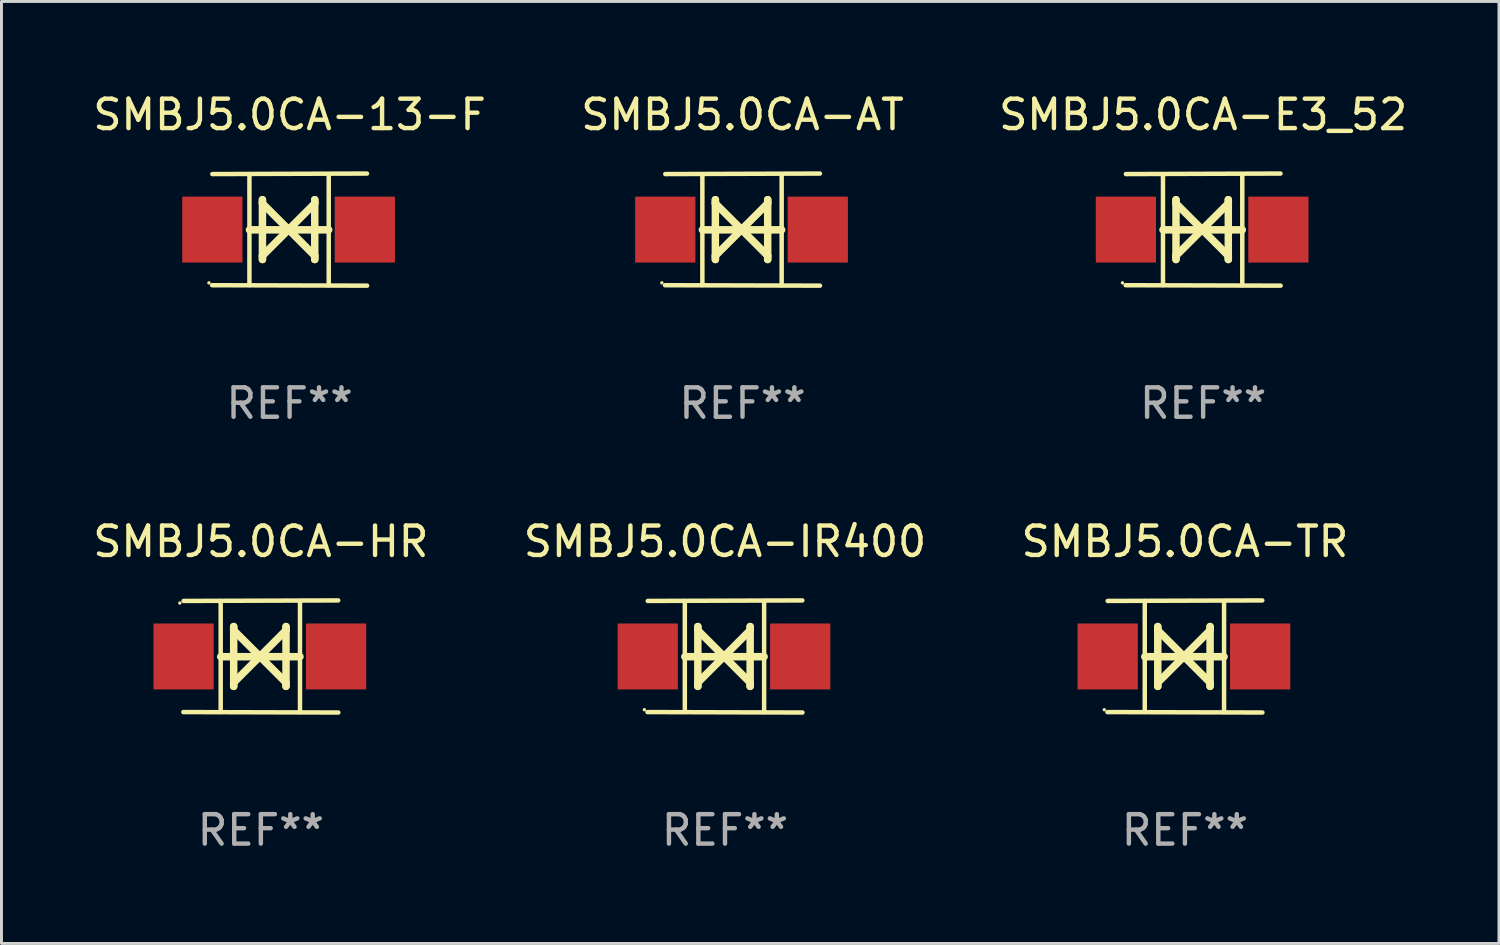
<source format=kicad_pcb>
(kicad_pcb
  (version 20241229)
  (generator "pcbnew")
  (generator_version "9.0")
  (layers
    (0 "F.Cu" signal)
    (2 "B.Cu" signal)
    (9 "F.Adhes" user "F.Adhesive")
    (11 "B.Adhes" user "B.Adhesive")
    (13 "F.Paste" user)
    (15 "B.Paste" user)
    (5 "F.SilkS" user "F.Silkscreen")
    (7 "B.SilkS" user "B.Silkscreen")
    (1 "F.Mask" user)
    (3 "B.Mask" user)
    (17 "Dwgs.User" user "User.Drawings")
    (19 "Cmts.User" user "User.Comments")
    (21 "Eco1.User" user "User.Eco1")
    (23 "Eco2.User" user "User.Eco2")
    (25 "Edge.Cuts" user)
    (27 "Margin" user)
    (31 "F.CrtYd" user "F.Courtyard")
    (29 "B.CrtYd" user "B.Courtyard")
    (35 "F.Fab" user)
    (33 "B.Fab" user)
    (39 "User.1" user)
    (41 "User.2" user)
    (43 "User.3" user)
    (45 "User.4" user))
  (footprint "SMBJ5.0CA-13-F"
    (layer "F.Cu")
    (at 6.792 4.753)
    (property "Reference" "SMBJ5.0CA-13-F" (at 0 -3.905 0) (layer "F.SilkS") (effects (font (size 1 1) (thickness 0.15))))
    (attr through_hole)
    (fp_line (start -1.365 1.886) (end -1.365 -1.886) (stroke (width 0.152) (type solid)) (layer "F.SilkS"))
    (fp_line (start -1.365 0.008) (end 1.33 0.008) (stroke (width 0.254) (type solid)) (layer "F.SilkS"))
    (fp_line (start -0.923 -1.016) (end -0.923 1.016) (stroke (width 0.254) (type solid)) (layer "F.SilkS"))
    (fp_line (start -0.923 -0.889) (end -0.923 -1.016) (stroke (width 0.254) (type solid)) (layer "F.SilkS"))
    (fp_line (start -0.923 0.889) (end -0.034 0) (stroke (width 0.254) (type solid)) (layer "F.SilkS"))
    (fp_line (start -0.923 1.016) (end -0.923 0.889) (stroke (width 0.254) (type solid)) (layer "F.SilkS"))
    (fp_line (start -0.034 0) (end -0.923 -0.889) (stroke (width 0.254) (type solid)) (layer "F.SilkS"))
    (fp_line (start -0.034 0) (end 0.855 0.889) (stroke (width 0.254) (type solid)) (layer "F.SilkS"))
    (fp_line (start 0.855 -1.016) (end 0.855 -0.889) (stroke (width 0.254) (type solid)) (layer "F.SilkS"))
    (fp_line (start 0.855 -0.889) (end -0.034 0) (stroke (width 0.254) (type solid)) (layer "F.SilkS"))
    (fp_line (start 0.855 0.889) (end 0.855 1.016) (stroke (width 0.254) (type solid)) (layer "F.SilkS"))
    (fp_line (start 0.855 1.016) (end 0.855 -1.016) (stroke (width 0.254) (type solid)) (layer "F.SilkS"))
    (fp_line (start 1.33 1.886) (end 1.33 -1.886) (stroke (width 0.152) (type solid)) (layer "F.SilkS"))
    (fp_line (start 2.629 -1.905) (end -2.625 -1.887) (stroke (width 0.152) (type solid)) (layer "F.SilkS"))
    (fp_line (start 2.633 1.905) (end -2.633 1.89) (stroke (width 0.152) (type solid)) (layer "F.SilkS"))
    (fp_circle (center -2.741 1.81) (end -2.711 1.81) (stroke (width 0.06) (type solid)) (fill no) (layer "F.SilkS"))
    (fp_text user "REF**" (at 0 5.905 0) (layer "F.Fab") (effects (font (size 1 1) (thickness 0.15))))
    (pad "1" smd rect (at -2.625 0) (size 2.047 2.241) (layers "F.Cu" "F.Mask" "F.Paste"))
    (pad "2" smd rect (at 2.557 0) (size 2.047 2.241) (layers "F.Cu" "F.Mask" "F.Paste")))
  (footprint "SMBJ5.0CA-HR"
    (layer "F.Cu")
    (at 5.815 19.26)
    (property "Reference" "SMBJ5.0CA-HR" (at 0 -3.905 0) (layer "F.SilkS") (effects (font (size 1 1) (thickness 0.15))))
    (attr through_hole)
    (fp_line (start -1.365 1.886) (end -1.365 -1.886) (stroke (width 0.152) (type solid)) (layer "F.SilkS"))
    (fp_line (start -1.365 0.008) (end 1.33 0.008) (stroke (width 0.254) (type solid)) (layer "F.SilkS"))
    (fp_line (start -0.923 -1.016) (end -0.923 1.016) (stroke (width 0.254) (type solid)) (layer "F.SilkS"))
    (fp_line (start -0.923 -0.889) (end -0.923 -1.016) (stroke (width 0.254) (type solid)) (layer "F.SilkS"))
    (fp_line (start -0.923 0.889) (end -0.034 0) (stroke (width 0.254) (type solid)) (layer "F.SilkS"))
    (fp_line (start -0.923 1.016) (end -0.923 0.889) (stroke (width 0.254) (type solid)) (layer "F.SilkS"))
    (fp_line (start -0.034 0) (end -0.923 -0.889) (stroke (width 0.254) (type solid)) (layer "F.SilkS"))
    (fp_line (start -0.034 0) (end 0.855 0.889) (stroke (width 0.254) (type solid)) (layer "F.SilkS"))
    (fp_line (start 0.855 -1.016) (end 0.855 -0.889) (stroke (width 0.254) (type solid)) (layer "F.SilkS"))
    (fp_line (start 0.855 -0.889) (end -0.034 0) (stroke (width 0.254) (type solid)) (layer "F.SilkS"))
    (fp_line (start 0.855 0.889) (end 0.855 1.016) (stroke (width 0.254) (type solid)) (layer "F.SilkS"))
    (fp_line (start 0.855 1.016) (end 0.855 -1.016) (stroke (width 0.254) (type solid)) (layer "F.SilkS"))
    (fp_line (start 1.33 1.886) (end 1.33 -1.886) (stroke (width 0.152) (type solid)) (layer "F.SilkS"))
    (fp_line (start 2.629 -1.905) (end -2.625 -1.887) (stroke (width 0.152) (type solid)) (layer "F.SilkS"))
    (fp_line (start 2.633 1.905) (end -2.633 1.89) (stroke (width 0.152) (type solid)) (layer "F.SilkS"))
    (fp_circle (center -2.753 -1.816) (end -2.723 -1.816) (stroke (width 0.06) (type solid)) (fill no) (layer "F.SilkS"))
    (fp_text user "REF**" (at 0 5.905 0) (layer "F.Fab") (effects (font (size 1 1) (thickness 0.15))))
    (pad "1" smd rect (at -2.625 0) (size 2.047 2.241) (layers "F.Cu" "F.Mask" "F.Paste"))
    (pad "2" smd rect (at 2.557 0) (size 2.047 2.241) (layers "F.Cu" "F.Mask" "F.Paste")))
  (footprint "SMBJ5.0CA-AT"
    (layer "F.Cu")
    (at 22.185 4.753)
    (property "Reference" "SMBJ5.0CA-AT" (at 0 -3.905 0) (layer "F.SilkS") (effects (font (size 1 1) (thickness 0.15))))
    (attr through_hole)
    (fp_line (start -1.365 1.886) (end -1.365 -1.886) (stroke (width 0.152) (type solid)) (layer "F.SilkS"))
    (fp_line (start -1.365 0.008) (end 1.33 0.008) (stroke (width 0.254) (type solid)) (layer "F.SilkS"))
    (fp_line (start -0.923 -1.016) (end -0.923 1.016) (stroke (width 0.254) (type solid)) (layer "F.SilkS"))
    (fp_line (start -0.923 -0.889) (end -0.923 -1.016) (stroke (width 0.254) (type solid)) (layer "F.SilkS"))
    (fp_line (start -0.923 0.889) (end -0.034 0) (stroke (width 0.254) (type solid)) (layer "F.SilkS"))
    (fp_line (start -0.923 1.016) (end -0.923 0.889) (stroke (width 0.254) (type solid)) (layer "F.SilkS"))
    (fp_line (start -0.034 0) (end -0.923 -0.889) (stroke (width 0.254) (type solid)) (layer "F.SilkS"))
    (fp_line (start -0.034 0) (end 0.855 0.889) (stroke (width 0.254) (type solid)) (layer "F.SilkS"))
    (fp_line (start 0.855 -1.016) (end 0.855 -0.889) (stroke (width 0.254) (type solid)) (layer "F.SilkS"))
    (fp_line (start 0.855 -0.889) (end -0.034 0) (stroke (width 0.254) (type solid)) (layer "F.SilkS"))
    (fp_line (start 0.855 0.889) (end 0.855 1.016) (stroke (width 0.254) (type solid)) (layer "F.SilkS"))
    (fp_line (start 0.855 1.016) (end 0.855 -1.016) (stroke (width 0.254) (type solid)) (layer "F.SilkS"))
    (fp_line (start 1.33 1.886) (end 1.33 -1.886) (stroke (width 0.152) (type solid)) (layer "F.SilkS"))
    (fp_line (start 2.629 -1.905) (end -2.625 -1.887) (stroke (width 0.152) (type solid)) (layer "F.SilkS"))
    (fp_line (start 2.633 1.905) (end -2.633 1.89) (stroke (width 0.152) (type solid)) (layer "F.SilkS"))
    (fp_circle (center -2.741 1.81) (end -2.711 1.81) (stroke (width 0.06) (type solid)) (fill no) (layer "F.SilkS"))
    (fp_text user "REF**" (at 0 5.905 0) (layer "F.Fab") (effects (font (size 1 1) (thickness 0.15))))
    (pad "1" smd rect (at -2.625 0) (size 2.047 2.241) (layers "F.Cu" "F.Mask" "F.Paste"))
    (pad "2" smd rect (at 2.557 0) (size 2.047 2.241) (layers "F.Cu" "F.Mask" "F.Paste")))
  (footprint "SMBJ5.0CA-TR"
    (layer "F.Cu")
    (at 37.22 19.26)
    (property "Reference" "SMBJ5.0CA-TR" (at 0 -3.905 0) (layer "F.SilkS") (effects (font (size 1 1) (thickness 0.15))))
    (attr through_hole)
    (fp_line (start -1.365 1.886) (end -1.365 -1.886) (stroke (width 0.152) (type solid)) (layer "F.SilkS"))
    (fp_line (start -1.365 0.008) (end 1.33 0.008) (stroke (width 0.254) (type solid)) (layer "F.SilkS"))
    (fp_line (start -0.923 -1.016) (end -0.923 1.016) (stroke (width 0.254) (type solid)) (layer "F.SilkS"))
    (fp_line (start -0.923 -0.889) (end -0.923 -1.016) (stroke (width 0.254) (type solid)) (layer "F.SilkS"))
    (fp_line (start -0.923 0.889) (end -0.034 0) (stroke (width 0.254) (type solid)) (layer "F.SilkS"))
    (fp_line (start -0.923 1.016) (end -0.923 0.889) (stroke (width 0.254) (type solid)) (layer "F.SilkS"))
    (fp_line (start -0.034 0) (end -0.923 -0.889) (stroke (width 0.254) (type solid)) (layer "F.SilkS"))
    (fp_line (start -0.034 0) (end 0.855 0.889) (stroke (width 0.254) (type solid)) (layer "F.SilkS"))
    (fp_line (start 0.855 -1.016) (end 0.855 -0.889) (stroke (width 0.254) (type solid)) (layer "F.SilkS"))
    (fp_line (start 0.855 -0.889) (end -0.034 0) (stroke (width 0.254) (type solid)) (layer "F.SilkS"))
    (fp_line (start 0.855 0.889) (end 0.855 1.016) (stroke (width 0.254) (type solid)) (layer "F.SilkS"))
    (fp_line (start 0.855 1.016) (end 0.855 -1.016) (stroke (width 0.254) (type solid)) (layer "F.SilkS"))
    (fp_line (start 1.33 1.886) (end 1.33 -1.886) (stroke (width 0.152) (type solid)) (layer "F.SilkS"))
    (fp_line (start 2.629 -1.905) (end -2.625 -1.887) (stroke (width 0.152) (type solid)) (layer "F.SilkS"))
    (fp_line (start 2.633 1.905) (end -2.633 1.89) (stroke (width 0.152) (type solid)) (layer "F.SilkS"))
    (fp_circle (center -2.741 1.81) (end -2.711 1.81) (stroke (width 0.06) (type solid)) (fill no) (layer "F.SilkS"))
    (fp_text user "REF**" (at 0 5.905 0) (layer "F.Fab") (effects (font (size 1 1) (thickness 0.15))))
    (pad "1" smd rect (at -2.625 0) (size 2.047 2.241) (layers "F.Cu" "F.Mask" "F.Paste"))
    (pad "2" smd rect (at 2.557 0) (size 2.047 2.241) (layers "F.Cu" "F.Mask" "F.Paste")))
  (footprint "SMBJ5.0CA-IR400"
    (layer "F.Cu")
    (at 21.589 19.26)
    (property "Reference" "SMBJ5.0CA-IR400" (at 0 -3.905 0) (layer "F.SilkS") (effects (font (size 1 1) (thickness 0.15))))
    (attr through_hole)
    (fp_line (start -1.365 1.886) (end -1.365 -1.886) (stroke (width 0.152) (type solid)) (layer "F.SilkS"))
    (fp_line (start -1.365 0.008) (end 1.33 0.008) (stroke (width 0.254) (type solid)) (layer "F.SilkS"))
    (fp_line (start -0.923 -1.016) (end -0.923 1.016) (stroke (width 0.254) (type solid)) (layer "F.SilkS"))
    (fp_line (start -0.923 -0.889) (end -0.923 -1.016) (stroke (width 0.254) (type solid)) (layer "F.SilkS"))
    (fp_line (start -0.923 0.889) (end -0.034 0) (stroke (width 0.254) (type solid)) (layer "F.SilkS"))
    (fp_line (start -0.923 1.016) (end -0.923 0.889) (stroke (width 0.254) (type solid)) (layer "F.SilkS"))
    (fp_line (start -0.034 0) (end -0.923 -0.889) (stroke (width 0.254) (type solid)) (layer "F.SilkS"))
    (fp_line (start -0.034 0) (end 0.855 0.889) (stroke (width 0.254) (type solid)) (layer "F.SilkS"))
    (fp_line (start 0.855 -1.016) (end 0.855 -0.889) (stroke (width 0.254) (type solid)) (layer "F.SilkS"))
    (fp_line (start 0.855 -0.889) (end -0.034 0) (stroke (width 0.254) (type solid)) (layer "F.SilkS"))
    (fp_line (start 0.855 0.889) (end 0.855 1.016) (stroke (width 0.254) (type solid)) (layer "F.SilkS"))
    (fp_line (start 0.855 1.016) (end 0.855 -1.016) (stroke (width 0.254) (type solid)) (layer "F.SilkS"))
    (fp_line (start 1.33 1.886) (end 1.33 -1.886) (stroke (width 0.152) (type solid)) (layer "F.SilkS"))
    (fp_line (start 2.629 -1.905) (end -2.625 -1.887) (stroke (width 0.152) (type solid)) (layer "F.SilkS"))
    (fp_line (start 2.633 1.905) (end -2.633 1.89) (stroke (width 0.152) (type solid)) (layer "F.SilkS"))
    (fp_circle (center -2.741 1.81) (end -2.711 1.81) (stroke (width 0.06) (type solid)) (fill no) (layer "F.SilkS"))
    (fp_text user "REF**" (at 0 5.905 0) (layer "F.Fab") (effects (font (size 1 1) (thickness 0.15))))
    (pad "1" smd rect (at -2.625 0) (size 2.047 2.241) (layers "F.Cu" "F.Mask" "F.Paste"))
    (pad "2" smd rect (at 2.557 0) (size 2.047 2.241) (layers "F.Cu" "F.Mask" "F.Paste")))
  (footprint "SMBJ5.0CA-E3_52"
    (layer "F.Cu")
    (at 37.839 4.753)
    (property "Reference" "SMBJ5.0CA-E3_52" (at 0 -3.905 0) (layer "F.SilkS") (effects (font (size 1 1) (thickness 0.15))))
    (attr through_hole)
    (fp_line (start -1.365 1.886) (end -1.365 -1.886) (stroke (width 0.152) (type solid)) (layer "F.SilkS"))
    (fp_line (start -1.365 0.008) (end 1.33 0.008) (stroke (width 0.254) (type solid)) (layer "F.SilkS"))
    (fp_line (start -0.923 -1.016) (end -0.923 1.016) (stroke (width 0.254) (type solid)) (layer "F.SilkS"))
    (fp_line (start -0.923 -0.889) (end -0.923 -1.016) (stroke (width 0.254) (type solid)) (layer "F.SilkS"))
    (fp_line (start -0.923 0.889) (end -0.034 0) (stroke (width 0.254) (type solid)) (layer "F.SilkS"))
    (fp_line (start -0.923 1.016) (end -0.923 0.889) (stroke (width 0.254) (type solid)) (layer "F.SilkS"))
    (fp_line (start -0.034 0) (end -0.923 -0.889) (stroke (width 0.254) (type solid)) (layer "F.SilkS"))
    (fp_line (start -0.034 0) (end 0.855 0.889) (stroke (width 0.254) (type solid)) (layer "F.SilkS"))
    (fp_line (start 0.855 -1.016) (end 0.855 -0.889) (stroke (width 0.254) (type solid)) (layer "F.SilkS"))
    (fp_line (start 0.855 -0.889) (end -0.034 0) (stroke (width 0.254) (type solid)) (layer "F.SilkS"))
    (fp_line (start 0.855 0.889) (end 0.855 1.016) (stroke (width 0.254) (type solid)) (layer "F.SilkS"))
    (fp_line (start 0.855 1.016) (end 0.855 -1.016) (stroke (width 0.254) (type solid)) (layer "F.SilkS"))
    (fp_line (start 1.33 1.886) (end 1.33 -1.886) (stroke (width 0.152) (type solid)) (layer "F.SilkS"))
    (fp_line (start 2.629 -1.905) (end -2.625 -1.887) (stroke (width 0.152) (type solid)) (layer "F.SilkS"))
    (fp_line (start 2.633 1.905) (end -2.633 1.89) (stroke (width 0.152) (type solid)) (layer "F.SilkS"))
    (fp_circle (center -2.741 1.81) (end -2.711 1.81) (stroke (width 0.06) (type solid)) (fill no) (layer "F.SilkS"))
    (fp_text user "REF**" (at 0 5.905 0) (layer "F.Fab") (effects (font (size 1 1) (thickness 0.15))))
    (pad "1" smd rect (at -2.625 0) (size 2.047 2.241) (layers "F.Cu" "F.Mask" "F.Paste"))
    (pad "2" smd rect (at 2.557 0) (size 2.047 2.241) (layers "F.Cu" "F.Mask" "F.Paste")))
  (gr_rect
    (start -3 -3)
    (end 47.893 29.013)
    (stroke (width 0.1) (type default))
    (fill no)
    (layer "Edge.Cuts")))
</source>
